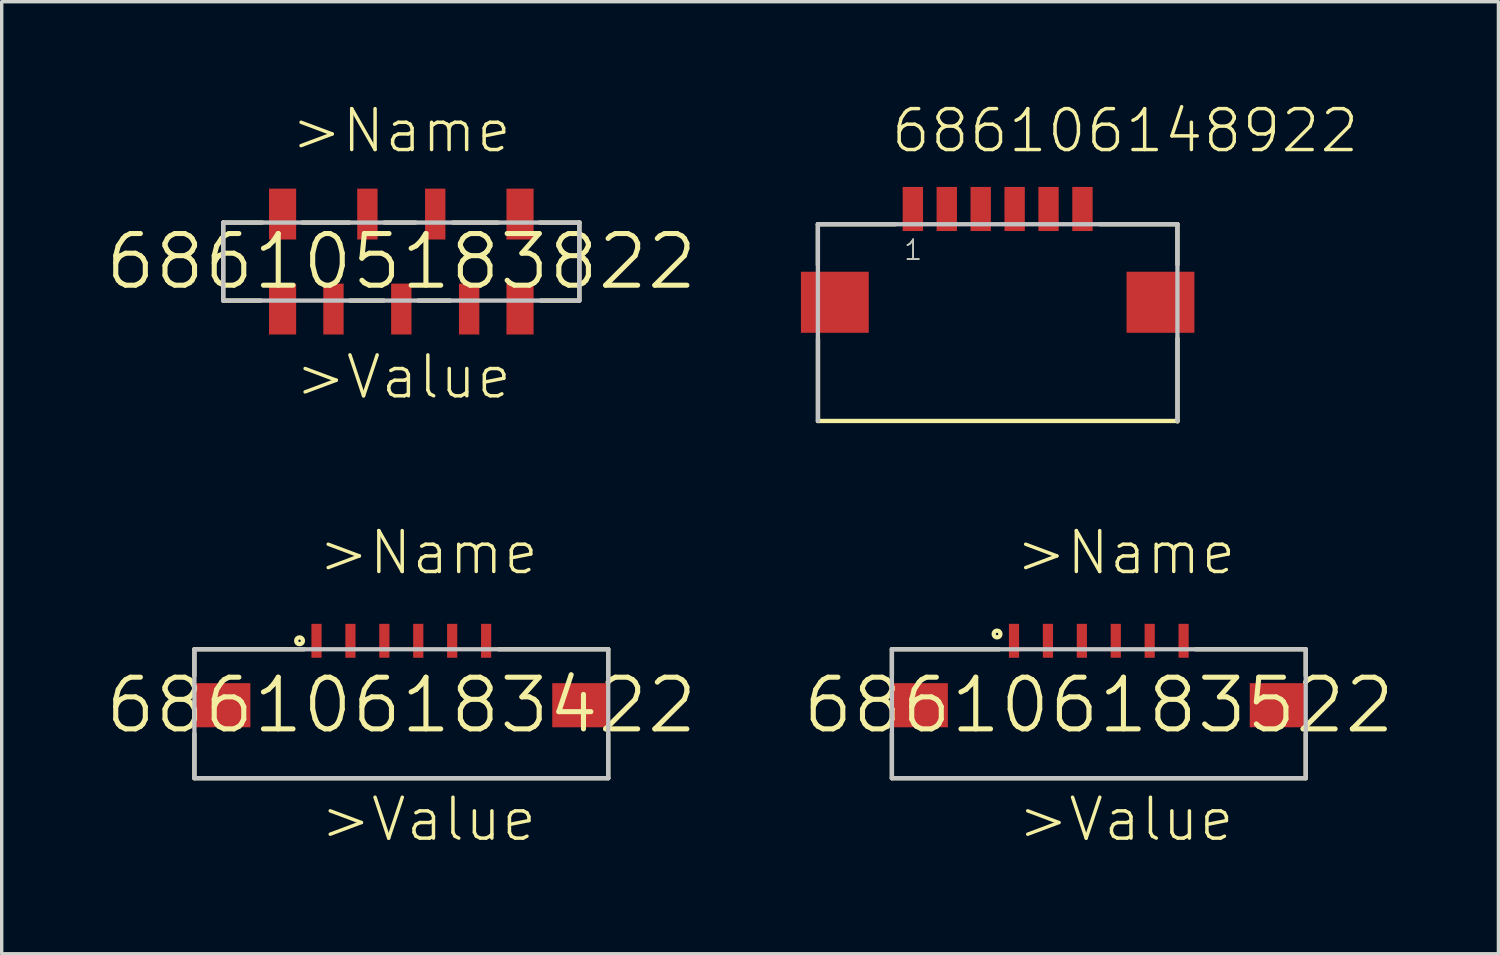
<source format=kicad_pcb>
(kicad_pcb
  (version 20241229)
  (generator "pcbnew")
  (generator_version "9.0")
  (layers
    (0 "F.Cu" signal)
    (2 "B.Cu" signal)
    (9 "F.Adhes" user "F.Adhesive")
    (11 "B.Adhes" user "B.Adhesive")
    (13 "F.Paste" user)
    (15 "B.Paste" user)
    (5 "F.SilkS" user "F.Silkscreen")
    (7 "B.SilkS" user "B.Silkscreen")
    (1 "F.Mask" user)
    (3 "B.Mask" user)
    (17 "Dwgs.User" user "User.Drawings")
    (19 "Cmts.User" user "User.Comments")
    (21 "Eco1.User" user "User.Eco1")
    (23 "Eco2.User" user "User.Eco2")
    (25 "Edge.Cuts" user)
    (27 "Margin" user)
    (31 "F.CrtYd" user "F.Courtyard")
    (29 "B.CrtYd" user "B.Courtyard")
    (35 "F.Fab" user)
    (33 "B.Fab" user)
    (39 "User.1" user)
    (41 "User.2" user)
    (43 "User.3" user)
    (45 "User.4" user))
  (footprint "686106148922"
    (layer "F.Cu")
    (at 26.362 5.861)
    (property "Reference" "686106148922" (at -3.2 -4.35 0) (layer "F.SilkS") (effects (font (size 1.206 1.206) (thickness 0.102)) (justify left bottom)))
    (attr through_hole)
    (fp_line (start -5.3 -2.3) (end -5.3 -1.1) (stroke (width 0.127) (type solid)) (layer "F.SilkS"))
    (fp_line (start -5.296 1.085) (end -5.296 3.501) (stroke (width 0.127) (type solid)) (layer "F.SilkS"))
    (fp_line (start -3.02 -2.3) (end -5.3 -2.3) (stroke (width 0.127) (type solid)) (layer "F.SilkS"))
    (fp_line (start 3.02 -2.3) (end 5.3 -2.3) (stroke (width 0.127) (type solid)) (layer "F.SilkS"))
    (fp_line (start 5.3 -2.3) (end 5.3 -1.11) (stroke (width 0.127) (type solid)) (layer "F.SilkS"))
    (fp_line (start 5.3 3.5) (end -5.3 3.5) (stroke (width 0.127) (type solid)) (layer "F.SilkS"))
    (fp_line (start 5.302 1.064) (end 5.302 3.515) (stroke (width 0.127) (type solid)) (layer "F.SilkS"))
    (fp_line (start -5.3 -2.3) (end 5.3 -2.3) (stroke (width 0.127) (type solid)) (layer "Dwgs.User"))
    (fp_line (start -5.3 3.5) (end -5.3 -2.3) (stroke (width 0.127) (type solid)) (layer "Dwgs.User"))
    (fp_line (start 5.3 -2.3) (end 5.3 3.5) (stroke (width 0.127) (type solid)) (layer "Dwgs.User"))
    (fp_text user "1" (at -2.8 -1.2 0) (layer "F.SilkS") (effects (font (size 0.579 0.579) (thickness 0.049)) (justify left bottom)))
    (fp_text user "1" (at -2.8 -1.2 0) (layer "Dwgs.User") (effects (font (size 0.579 0.579) (thickness 0.049)) (justify left bottom)))
    (pad "1" smd rect (at -2.5 -2.75) (size 0.6 1.3) (layers "F.Cu" "F.Mask" "F.Paste"))
    (pad "2" smd rect (at -1.5 -2.75) (size 0.6 1.3) (layers "F.Cu" "F.Mask" "F.Paste"))
    (pad "3" smd rect (at -0.5 -2.75) (size 0.6 1.3) (layers "F.Cu" "F.Mask" "F.Paste"))
    (pad "4" smd rect (at 0.5 -2.75) (size 0.6 1.3) (layers "F.Cu" "F.Mask" "F.Paste"))
    (pad "5" smd rect (at 1.5 -2.75) (size 0.6 1.3) (layers "F.Cu" "F.Mask" "F.Paste"))
    (pad "6" smd rect (at 2.5 -2.75) (size 0.6 1.3) (layers "F.Cu" "F.Mask" "F.Paste"))
    (pad "Z1" smd rect (at -4.8 0) (size 2 1.8) (layers "F.Cu" "F.Mask" "F.Paste"))
    (pad "Z2" smd rect (at 4.8 0) (size 2 1.8) (layers "F.Cu" "F.Mask" "F.Paste")))
  (footprint "686106183422"
    (layer "F.Cu")
    (at 8.781 17.741)
    (property "Reference" "686106183422" (at 0 0 0) (layer "F.SilkS") (effects (font (size 1.524 1.524) (thickness 0.15))))
    (attr through_hole)
    (fp_line (start -6.1 -1.65) (end -6.1 -0.87) (stroke (width 0.127) (type solid)) (layer "F.SilkS"))
    (fp_line (start -6.1 0.84) (end -6.1 2.15) (stroke (width 0.127) (type solid)) (layer "F.SilkS"))
    (fp_line (start -6.1 2.15) (end 6.1 2.15) (stroke (width 0.127) (type solid)) (layer "F.SilkS"))
    (fp_line (start -2.87 -1.65) (end -6.1 -1.65) (stroke (width 0.127) (type solid)) (layer "F.SilkS"))
    (fp_line (start 2.87 -1.65) (end 6.1 -1.65) (stroke (width 0.127) (type solid)) (layer "F.SilkS"))
    (fp_line (start 6.1 -1.65) (end 6.1 -0.85) (stroke (width 0.127) (type solid)) (layer "F.SilkS"))
    (fp_line (start 6.1 2.15) (end 6.1 0.84) (stroke (width 0.127) (type solid)) (layer "F.SilkS"))
    (fp_circle (center -3 -1.9) (end -2.9 -1.9) (stroke (width 0.127) (type solid)) (fill no) (layer "F.SilkS"))
    (fp_line (start -6.1 -1.65) (end 6.1 -1.65) (stroke (width 0.127) (type solid)) (layer "Dwgs.User"))
    (fp_line (start -6.1 2.15) (end -6.1 -1.65) (stroke (width 0.127) (type solid)) (layer "Dwgs.User"))
    (fp_line (start 6.1 -1.65) (end 6.1 2.15) (stroke (width 0.127) (type solid)) (layer "Dwgs.User"))
    (fp_line (start 6.1 2.15) (end -6.1 2.15) (stroke (width 0.127) (type solid)) (layer "Dwgs.User"))
    (fp_text user ">Value" (at -2.45 4.07 0) (layer "F.SilkS") (effects (font (size 1.206 1.206) (thickness 0.102)) (justify left bottom)))
    (fp_text user ">Name" (at -2.51 -3.79 0) (layer "F.SilkS") (effects (font (size 1.206 1.206) (thickness 0.102)) (justify left bottom)))
    (pad "1" smd rect (at -2.5 -1.9 90) (size 1 0.3) (layers "F.Cu" "F.Mask" "F.Paste"))
    (pad "2" smd rect (at -1.5 -1.9 90) (size 1 0.3) (layers "F.Cu" "F.Mask" "F.Paste"))
    (pad "3" smd rect (at -0.5 -1.9 90) (size 1 0.3) (layers "F.Cu" "F.Mask" "F.Paste"))
    (pad "4" smd rect (at 0.5 -1.9 90) (size 1 0.3) (layers "F.Cu" "F.Mask" "F.Paste"))
    (pad "5" smd rect (at 1.5 -1.9 90) (size 1 0.3) (layers "F.Cu" "F.Mask" "F.Paste"))
    (pad "6" smd rect (at 2.5 -1.9 90) (size 1 0.3) (layers "F.Cu" "F.Mask" "F.Paste"))
    (pad "Z1" smd rect (at -5.275 0) (size 1.65 1.3) (layers "F.Cu" "F.Mask" "F.Paste"))
    (pad "Z2" smd rect (at 5.275 0) (size 1.65 1.3) (layers "F.Cu" "F.Mask" "F.Paste")))
  (footprint "686105183822"
    (layer "F.Cu")
    (at 8.781 4.661)
    (property "Reference" "686105183822" (at 0 0 0) (layer "F.SilkS") (effects (font (size 1.524 1.524) (thickness 0.15))))
    (attr through_hole)
    (fp_line (start -5.25 -1.15) (end -5.25 1.15) (stroke (width 0.127) (type solid)) (layer "F.SilkS"))
    (fp_line (start -5.25 1.15) (end -4.14 1.15) (stroke (width 0.127) (type solid)) (layer "F.SilkS"))
    (fp_line (start -4.1 -1.15) (end -5.25 -1.15) (stroke (width 0.127) (type solid)) (layer "F.SilkS"))
    (fp_line (start -2.91 -1.15) (end -1.53 -1.15) (stroke (width 0.127) (type solid)) (layer "F.SilkS"))
    (fp_line (start -1.51 1.15) (end -0.52 1.15) (stroke (width 0.127) (type solid)) (layer "F.SilkS"))
    (fp_line (start -0.5 -1.15) (end 0.42 -1.15) (stroke (width 0.127) (type solid)) (layer "F.SilkS"))
    (fp_line (start 0.5 1.15) (end 1.44 1.15) (stroke (width 0.127) (type solid)) (layer "F.SilkS"))
    (fp_line (start 1.52 -1.15) (end 2.85 -1.15) (stroke (width 0.127) (type solid)) (layer "F.SilkS"))
    (fp_line (start 4.08 -1.15) (end 5.25 -1.15) (stroke (width 0.127) (type solid)) (layer "F.SilkS"))
    (fp_line (start 4.11 1.15) (end 5.24 1.15) (stroke (width 0.127) (type solid)) (layer "F.SilkS"))
    (fp_line (start 5.25 -1.15) (end 5.25 1.15) (stroke (width 0.127) (type solid)) (layer "F.SilkS"))
    (fp_line (start -5.25 -1.15) (end 5.25 -1.15) (stroke (width 0.127) (type solid)) (layer "Dwgs.User"))
    (fp_line (start -5.25 1.15) (end -5.25 -1.15) (stroke (width 0.127) (type solid)) (layer "Dwgs.User"))
    (fp_line (start 5.25 -1.15) (end 5.25 1.15) (stroke (width 0.127) (type solid)) (layer "Dwgs.User"))
    (fp_line (start 5.25 1.15) (end -5.25 1.15) (stroke (width 0.127) (type solid)) (layer "Dwgs.User"))
    (fp_text user ">Value" (at -3.19 4.11 0) (layer "F.SilkS") (effects (font (size 1.206 1.206) (thickness 0.102)) (justify left bottom)))
    (fp_text user ">Name" (at -3.31 -3.15 0) (layer "F.SilkS") (effects (font (size 1.206 1.206) (thickness 0.102)) (justify left bottom)))
    (pad "1" smd rect (at -2 1.4 90) (size 1.5 0.6) (layers "F.Cu" "F.Mask" "F.Paste"))
    (pad "2" smd rect (at -1 -1.4 90) (size 1.5 0.6) (layers "F.Cu" "F.Mask" "F.Paste"))
    (pad "3" smd rect (at 0 1.4 90) (size 1.5 0.6) (layers "F.Cu" "F.Mask" "F.Paste"))
    (pad "4" smd rect (at 1 -1.4 90) (size 1.5 0.6) (layers "F.Cu" "F.Mask" "F.Paste"))
    (pad "5" smd rect (at 2 1.4 90) (size 1.5 0.6) (layers "F.Cu" "F.Mask" "F.Paste"))
    (pad "Z1" smd rect (at -3.5 1.4 90) (size 1.5 0.8) (layers "F.Cu" "F.Mask" "F.Paste"))
    (pad "Z2" smd rect (at 3.5 1.4 90) (size 1.5 0.8) (layers "F.Cu" "F.Mask" "F.Paste"))
    (pad "Z3" smd rect (at 3.5 -1.4 90) (size 1.5 0.8) (layers "F.Cu" "F.Mask" "F.Paste"))
    (pad "Z4" smd rect (at -3.5 -1.4 90) (size 1.5 0.8) (layers "F.Cu" "F.Mask" "F.Paste")))
  (footprint "686106183522"
    (layer "F.Cu")
    (at 29.344 17.741)
    (property "Reference" "686106183522" (at 0 0 0) (layer "F.SilkS") (effects (font (size 1.524 1.524) (thickness 0.15))))
    (attr through_hole)
    (fp_line (start -6.1 -1.65) (end -6.1 -0.86) (stroke (width 0.127) (type solid)) (layer "F.SilkS"))
    (fp_line (start -6.1 0.84) (end -6.1 2.15) (stroke (width 0.127) (type solid)) (layer "F.SilkS"))
    (fp_line (start -6.1 2.15) (end 6.1 2.15) (stroke (width 0.127) (type solid)) (layer "F.SilkS"))
    (fp_line (start -2.94 -1.65) (end -6.1 -1.65) (stroke (width 0.127) (type solid)) (layer "F.SilkS"))
    (fp_line (start 2.86 -1.65) (end 6.1 -1.65) (stroke (width 0.127) (type solid)) (layer "F.SilkS"))
    (fp_line (start 6.1 -1.65) (end 6.1 -0.87) (stroke (width 0.127) (type solid)) (layer "F.SilkS"))
    (fp_line (start 6.1 2.15) (end 6.1 0.84) (stroke (width 0.127) (type solid)) (layer "F.SilkS"))
    (fp_circle (center -3 -2.1) (end -2.9 -2.1) (stroke (width 0.127) (type solid)) (fill no) (layer "F.SilkS"))
    (fp_line (start -6.1 -1.65) (end 6.1 -1.65) (stroke (width 0.127) (type solid)) (layer "Dwgs.User"))
    (fp_line (start -6.1 2.15) (end -6.1 -1.65) (stroke (width 0.127) (type solid)) (layer "Dwgs.User"))
    (fp_line (start 6.1 -1.65) (end 6.1 2.15) (stroke (width 0.127) (type solid)) (layer "Dwgs.User"))
    (fp_line (start 6.1 2.15) (end -6.1 2.15) (stroke (width 0.127) (type solid)) (layer "Dwgs.User"))
    (fp_text user ">Value" (at -2.45 4.07 0) (layer "F.SilkS") (effects (font (size 1.206 1.206) (thickness 0.102)) (justify left bottom)))
    (fp_text user ">Name" (at -2.51 -3.79 0) (layer "F.SilkS") (effects (font (size 1.206 1.206) (thickness 0.102)) (justify left bottom)))
    (pad "1" smd rect (at -2.5 -1.9 90) (size 1 0.3) (layers "F.Cu" "F.Mask" "F.Paste"))
    (pad "2" smd rect (at -1.5 -1.9 90) (size 1 0.3) (layers "F.Cu" "F.Mask" "F.Paste"))
    (pad "3" smd rect (at -0.5 -1.9 90) (size 1 0.3) (layers "F.Cu" "F.Mask" "F.Paste"))
    (pad "4" smd rect (at 0.5 -1.9 90) (size 1 0.3) (layers "F.Cu" "F.Mask" "F.Paste"))
    (pad "5" smd rect (at 1.5 -1.9 90) (size 1 0.3) (layers "F.Cu" "F.Mask" "F.Paste"))
    (pad "6" smd rect (at 2.5 -1.9 90) (size 1 0.3) (layers "F.Cu" "F.Mask" "F.Paste"))
    (pad "Z1" smd rect (at -5.275 0) (size 1.65 1.3) (layers "F.Cu" "F.Mask" "F.Paste"))
    (pad "Z2" smd rect (at 5.275 0) (size 1.65 1.3) (layers "F.Cu" "F.Mask" "F.Paste")))
  (gr_rect
    (start -3 -3)
    (end 41.125 25.068)
    (stroke (width 0.1) (type default))
    (fill no)
    (layer "Edge.Cuts")))
</source>
